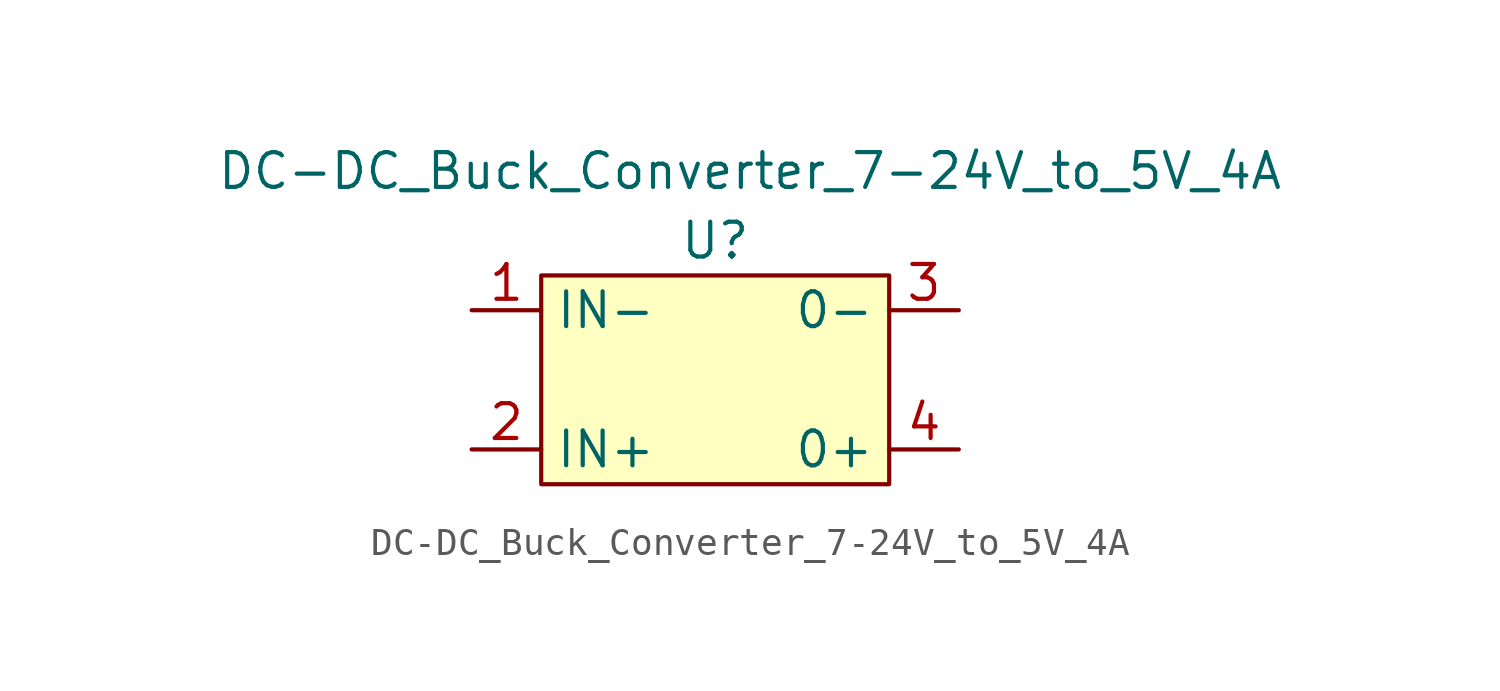
<source format=kicad_sym>
(kicad_symbol_lib
  (version 20211014)
  (generator kicad_symbol_editor)
  (symbol "DC-DC_Buck_Converter_7-24V_to_5V_4A"
    (property "Reference" "U"
      (at 0 5.08 0)
      (effects (font (size 1.27 1.27))))
    (property "Value" "DC-DC_Buck_Converter_7-24V_to_5V_4A"
      (at 1.27 7.62 0)
      (effects (font (size 1.27 1.27))))
    (symbol "DC-DC_Buck_Converter_7-24V_to_5V_4A_0_1"
      (rectangle (start -6.35 3.81) (end 6.35 -3.81) (stroke (width 0) (type default) (color 0 0 0 0)) (fill (type background))))
    (symbol "DC-DC_Buck_Converter_7-24V_to_5V_4A_1_1"
      (pin input line (at -8.89 2.54 0) (length 2.54) (name "IN-" (effects (font (size 1.27 1.27)))) (number "1" (effects (font (size 1.27 1.27)))))
      (pin input line (at -8.89 -2.54 0) (length 2.54) (name "IN+" (effects (font (size 1.27 1.27)))) (number "2" (effects (font (size 1.27 1.27)))))
      (pin input line (at 8.89 2.54 180) (length 2.54) (name "0-" (effects (font (size 1.27 1.27)))) (number "3" (effects (font (size 1.27 1.27)))))
      (pin input line (at 8.89 -2.54 180) (length 2.54) (name "0+" (effects (font (size 1.27 1.27)))) (number "4" (effects (font (size 1.27 1.27))))))))
</source>
